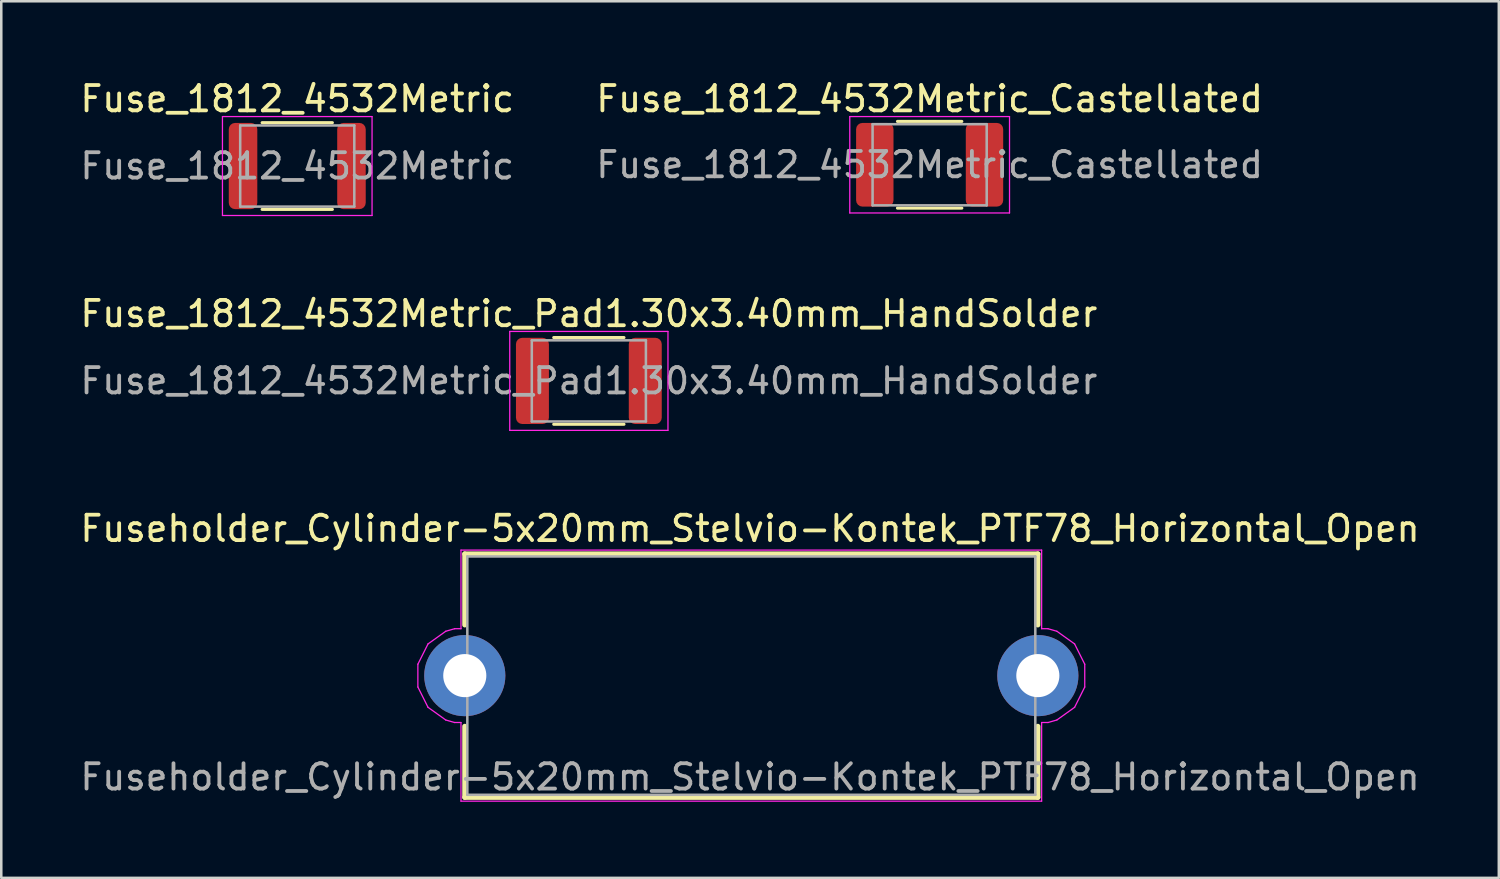
<source format=kicad_pcb>
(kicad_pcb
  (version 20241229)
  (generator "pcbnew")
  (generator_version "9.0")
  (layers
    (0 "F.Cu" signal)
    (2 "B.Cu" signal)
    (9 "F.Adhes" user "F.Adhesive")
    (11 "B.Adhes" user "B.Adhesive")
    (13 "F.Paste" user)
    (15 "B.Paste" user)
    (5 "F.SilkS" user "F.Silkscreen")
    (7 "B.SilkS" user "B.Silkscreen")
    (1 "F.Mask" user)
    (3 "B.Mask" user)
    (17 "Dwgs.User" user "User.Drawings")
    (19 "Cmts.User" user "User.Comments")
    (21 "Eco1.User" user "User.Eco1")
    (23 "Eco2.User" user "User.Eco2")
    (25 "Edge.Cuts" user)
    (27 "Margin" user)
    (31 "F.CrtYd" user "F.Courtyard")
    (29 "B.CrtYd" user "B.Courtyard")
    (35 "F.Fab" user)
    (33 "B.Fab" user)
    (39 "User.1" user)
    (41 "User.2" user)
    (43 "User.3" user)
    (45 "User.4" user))
  (footprint "Fuseholder_Cylinder-5x20mm_Stelvio-Kontek_PTF78_Horizontal_Open"
    (layer "F.Cu")
    (at 26.58 23.595)
    (property "Reference" "Fuseholder_Cylinder-5x20mm_Stelvio-Kontek_PTF78_Horizontal_Open" (at -0.05 -5.8 0) (layer "F.SilkS") (effects (font (size 1 1) (thickness 0.15))))
    (attr through_hole)
    (fp_line (start -11.3 -4.8) (end 11.3 -4.8) (stroke (width 0.2) (type solid)) (layer "F.SilkS"))
    (fp_line (start -11.3 -2) (end -11.3 -4.8) (stroke (width 0.2) (type solid)) (layer "F.SilkS"))
    (fp_line (start -11.3 4.8) (end -11.3 2) (stroke (width 0.2) (type solid)) (layer "F.SilkS"))
    (fp_line (start -11.3 4.8) (end 11.3 4.8) (stroke (width 0.2) (type solid)) (layer "F.SilkS"))
    (fp_line (start 11.3 -2) (end 11.3 -4.8) (stroke (width 0.2) (type solid)) (layer "F.SilkS"))
    (fp_line (start 11.3 4.8) (end 11.3 2) (stroke (width 0.2) (type solid)) (layer "F.SilkS"))
    (fp_line (start -13.15 -0.45) (end -13.15 0.45) (stroke (width 0.05) (type solid)) (layer "F.CrtYd"))
    (fp_line (start -13.15 -0.45) (end -12.75 -1.25) (stroke (width 0.05) (type solid)) (layer "F.CrtYd"))
    (fp_line (start -12.75 1.25) (end -13.15 0.45) (stroke (width 0.05) (type solid)) (layer "F.CrtYd"))
    (fp_line (start -12.75 1.25) (end -12.05 1.75) (stroke (width 0.05) (type solid)) (layer "F.CrtYd"))
    (fp_line (start -12.05 -1.75) (end -12.75 -1.25) (stroke (width 0.05) (type solid)) (layer "F.CrtYd"))
    (fp_line (start -12.05 1.75) (end -11.7 1.85) (stroke (width 0.05) (type solid)) (layer "F.CrtYd"))
    (fp_line (start -11.7 -1.85) (end -12.05 -1.75) (stroke (width 0.05) (type solid)) (layer "F.CrtYd"))
    (fp_line (start -11.7 1.85) (end -11.45 1.85) (stroke (width 0.05) (type solid)) (layer "F.CrtYd"))
    (fp_line (start -11.45 -4.95) (end 11.45 -4.95) (stroke (width 0.05) (type solid)) (layer "F.CrtYd"))
    (fp_line (start -11.45 -1.85) (end -11.7 -1.85) (stroke (width 0.05) (type solid)) (layer "F.CrtYd"))
    (fp_line (start -11.45 -1.85) (end -11.45 -4.95) (stroke (width 0.05) (type solid)) (layer "F.CrtYd"))
    (fp_line (start -11.45 4.95) (end -11.45 1.85) (stroke (width 0.05) (type solid)) (layer "F.CrtYd"))
    (fp_line (start 11.45 -1.85) (end 11.45 -4.95) (stroke (width 0.05) (type solid)) (layer "F.CrtYd"))
    (fp_line (start 11.45 -1.85) (end 11.7 -1.85) (stroke (width 0.05) (type solid)) (layer "F.CrtYd"))
    (fp_line (start 11.45 1.85) (end 11.45 4.95) (stroke (width 0.05) (type solid)) (layer "F.CrtYd"))
    (fp_line (start 11.45 1.85) (end 11.7 1.85) (stroke (width 0.05) (type solid)) (layer "F.CrtYd"))
    (fp_line (start 11.45 4.95) (end -11.45 4.95) (stroke (width 0.05) (type solid)) (layer "F.CrtYd"))
    (fp_line (start 11.7 1.85) (end 12.05 1.75) (stroke (width 0.05) (type solid)) (layer "F.CrtYd"))
    (fp_line (start 12.05 -1.75) (end 11.7 -1.85) (stroke (width 0.05) (type solid)) (layer "F.CrtYd"))
    (fp_line (start 12.05 1.75) (end 12.75 1.25) (stroke (width 0.05) (type solid)) (layer "F.CrtYd"))
    (fp_line (start 12.75 -1.25) (end 12.05 -1.75) (stroke (width 0.05) (type solid)) (layer "F.CrtYd"))
    (fp_line (start 12.75 1.25) (end 13.15 0.45) (stroke (width 0.05) (type solid)) (layer "F.CrtYd"))
    (fp_line (start 13.15 -0.45) (end 12.75 -1.25) (stroke (width 0.05) (type solid)) (layer "F.CrtYd"))
    (fp_line (start 13.15 0.45) (end 13.15 -0.45) (stroke (width 0.05) (type solid)) (layer "F.CrtYd"))
    (fp_line (start -11.2 -4.7) (end -11.2 4.7) (stroke (width 0.1) (type solid)) (layer "F.Fab"))
    (fp_line (start -11.2 4.7) (end 11.2 4.7) (stroke (width 0.1) (type solid)) (layer "F.Fab"))
    (fp_line (start 11.2 -4.7) (end -11.2 -4.7) (stroke (width 0.1) (type solid)) (layer "F.Fab"))
    (fp_line (start 11.2 4.7) (end 11.2 -4.7) (stroke (width 0.1) (type solid)) (layer "F.Fab"))
    (fp_text user "${REFERENCE}" (at -0.05 4 0) (layer "F.Fab") (effects (font (size 1 1) (thickness 0.15))))
    (pad "1" thru_hole circle (at -11.3 0) (size 3.2 3.2) (drill 1.7) (layers "*.Cu" "*.Mask"))
    (pad "2" thru_hole circle (at 11.3 0) (size 3.2 3.2) (drill 1.7) (layers "*.Cu" "*.Mask")))
  (footprint "Fuse_1812_4532Metric_Pad1.30x3.40mm_HandSolder"
    (layer "F.Cu")
    (at 20.173 11.972)
    (property "Reference" "Fuse_1812_4532Metric_Pad1.30x3.40mm_HandSolder" (at 0 -2.65 0) (layer "F.SilkS") (effects (font (size 1 1) (thickness 0.15))))
    (attr smd)
    (fp_line (start -1.386 -1.71) (end 1.386 -1.71) (stroke (width 0.12) (type solid)) (layer "F.SilkS"))
    (fp_line (start -1.386 1.71) (end 1.386 1.71) (stroke (width 0.12) (type solid)) (layer "F.SilkS"))
    (fp_line (start -3.12 -1.95) (end 3.12 -1.95) (stroke (width 0.05) (type solid)) (layer "F.CrtYd"))
    (fp_line (start -3.12 1.95) (end -3.12 -1.95) (stroke (width 0.05) (type solid)) (layer "F.CrtYd"))
    (fp_line (start 3.12 -1.95) (end 3.12 1.95) (stroke (width 0.05) (type solid)) (layer "F.CrtYd"))
    (fp_line (start 3.12 1.95) (end -3.12 1.95) (stroke (width 0.05) (type solid)) (layer "F.CrtYd"))
    (fp_line (start -2.25 -1.6) (end 2.25 -1.6) (stroke (width 0.1) (type solid)) (layer "F.Fab"))
    (fp_line (start -2.25 1.6) (end -2.25 -1.6) (stroke (width 0.1) (type solid)) (layer "F.Fab"))
    (fp_line (start 2.25 -1.6) (end 2.25 1.6) (stroke (width 0.1) (type solid)) (layer "F.Fab"))
    (fp_line (start 2.25 1.6) (end -2.25 1.6) (stroke (width 0.1) (type solid)) (layer "F.Fab"))
    (fp_text user "${REFERENCE}" (at 0 0 0) (layer "F.Fab") (effects (font (size 1 1) (thickness 0.15))))
    (pad "1" smd roundrect (at -2.225 0) (size 1.3 3.4) (layers "F.Cu" "F.Mask" "F.Paste") (roundrect_rratio 0.192))
    (pad "2" smd roundrect (at 2.225 0) (size 1.3 3.4) (layers "F.Cu" "F.Mask" "F.Paste") (roundrect_rratio 0.192)))
  (footprint "Fuse_1812_4532Metric_Castellated"
    (layer "F.Cu")
    (at 33.613 3.448)
    (property "Reference" "Fuse_1812_4532Metric_Castellated" (at 0 -2.6 0) (layer "F.SilkS") (effects (font (size 1 1) (thickness 0.15))))
    (attr smd)
    (fp_line (start -1.27 -1.71) (end 1.27 -1.71) (stroke (width 0.12) (type solid)) (layer "F.SilkS"))
    (fp_line (start -1.27 1.71) (end 1.27 1.71) (stroke (width 0.12) (type solid)) (layer "F.SilkS"))
    (fp_line (start -3.15 -1.9) (end 3.15 -1.9) (stroke (width 0.05) (type solid)) (layer "F.CrtYd"))
    (fp_line (start -3.15 1.9) (end -3.15 -1.9) (stroke (width 0.05) (type solid)) (layer "F.CrtYd"))
    (fp_line (start 3.15 -1.9) (end 3.15 1.9) (stroke (width 0.05) (type solid)) (layer "F.CrtYd"))
    (fp_line (start 3.15 1.9) (end -3.15 1.9) (stroke (width 0.05) (type solid)) (layer "F.CrtYd"))
    (fp_line (start -2.25 -1.6) (end 2.25 -1.6) (stroke (width 0.1) (type solid)) (layer "F.Fab"))
    (fp_line (start -2.25 1.6) (end -2.25 -1.6) (stroke (width 0.1) (type solid)) (layer "F.Fab"))
    (fp_line (start 2.25 -1.6) (end 2.25 1.6) (stroke (width 0.1) (type solid)) (layer "F.Fab"))
    (fp_line (start 2.25 1.6) (end -2.25 1.6) (stroke (width 0.1) (type solid)) (layer "F.Fab"))
    (fp_text user "${REFERENCE}" (at 0 0 0) (layer "F.Fab") (effects (font (size 1 1) (thickness 0.15))))
    (pad "1" smd roundrect (at -2.163 0) (size 1.475 3.3) (layers "F.Cu" "F.Mask" "F.Paste") (roundrect_rratio 0.169))
    (pad "2" smd roundrect (at 2.163 0) (size 1.475 3.3) (layers "F.Cu" "F.Mask" "F.Paste") (roundrect_rratio 0.169)))
  (footprint "Fuse_1812_4532Metric"
    (layer "F.Cu")
    (at 8.673 3.498)
    (property "Reference" "Fuse_1812_4532Metric" (at 0 -2.65 0) (layer "F.SilkS") (effects (font (size 1 1) (thickness 0.15))))
    (attr smd)
    (fp_line (start -1.386 -1.71) (end 1.386 -1.71) (stroke (width 0.12) (type solid)) (layer "F.SilkS"))
    (fp_line (start -1.386 1.71) (end 1.386 1.71) (stroke (width 0.12) (type solid)) (layer "F.SilkS"))
    (fp_line (start -2.95 -1.95) (end 2.95 -1.95) (stroke (width 0.05) (type solid)) (layer "F.CrtYd"))
    (fp_line (start -2.95 1.95) (end -2.95 -1.95) (stroke (width 0.05) (type solid)) (layer "F.CrtYd"))
    (fp_line (start 2.95 -1.95) (end 2.95 1.95) (stroke (width 0.05) (type solid)) (layer "F.CrtYd"))
    (fp_line (start 2.95 1.95) (end -2.95 1.95) (stroke (width 0.05) (type solid)) (layer "F.CrtYd"))
    (fp_line (start -2.25 -1.6) (end 2.25 -1.6) (stroke (width 0.1) (type solid)) (layer "F.Fab"))
    (fp_line (start -2.25 1.6) (end -2.25 -1.6) (stroke (width 0.1) (type solid)) (layer "F.Fab"))
    (fp_line (start 2.25 -1.6) (end 2.25 1.6) (stroke (width 0.1) (type solid)) (layer "F.Fab"))
    (fp_line (start 2.25 1.6) (end -2.25 1.6) (stroke (width 0.1) (type solid)) (layer "F.Fab"))
    (fp_text user "${REFERENCE}" (at 0 0 0) (layer "F.Fab") (effects (font (size 1 1) (thickness 0.15))))
    (pad "1" smd roundrect (at -2.138 0) (size 1.125 3.4) (layers "F.Cu" "F.Mask" "F.Paste") (roundrect_rratio 0.222))
    (pad "2" smd roundrect (at 2.138 0) (size 1.125 3.4) (layers "F.Cu" "F.Mask" "F.Paste") (roundrect_rratio 0.222)))
  (gr_rect
    (start -3 -3)
    (end 56.06 31.57)
    (stroke (width 0.1) (type default))
    (fill no)
    (layer "Edge.Cuts")))
</source>
